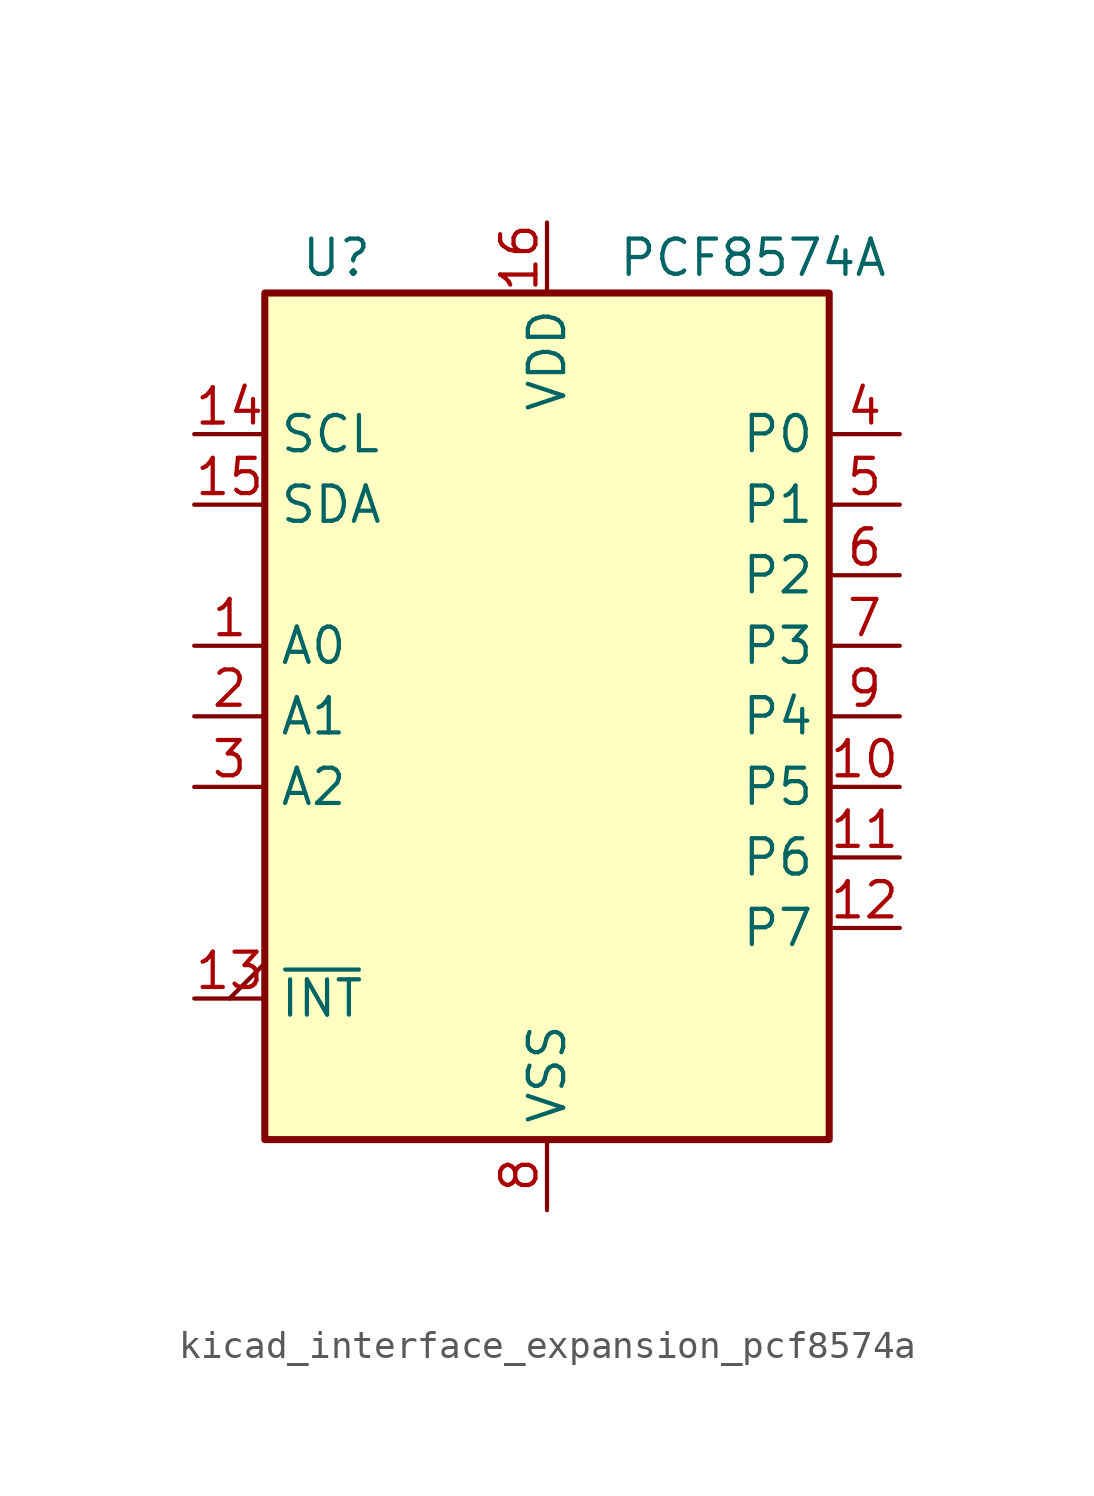
<source format=kicad_sym>
(kicad_symbol_lib
  (version 20220914)
  (generator kicad_symbol_editor)
  (symbol "kicad_interface_expansion_pcf8574a"
    (property "Reference" "U"
      (at -8.89 16.51 0)
      (effects (font (size 1.27 1.27)) (justify left)))
    (property "Value" "PCF8574A"
      (at 2.54 16.51 0)
      (effects (font (size 1.27 1.27)) (justify left)))
    (symbol "kicad_interface_expansion_pcf8574a_0_1"
      (rectangle (start -10.16 15.24) (end 10.16 -15.24) (stroke (width 0.254) (type default)) (fill (type background))))
    (symbol "kicad_interface_expansion_pcf8574a_1_1"
      (pin input line (at -12.7 2.54 0) (length 2.54) (name "A0" (effects (font (size 1.27 1.27)))) (number "1" (effects (font (size 1.27 1.27)))))
      (pin bidirectional line (at 12.7 -2.54 180) (length 2.54) (name "P5" (effects (font (size 1.27 1.27)))) (number "10" (effects (font (size 1.27 1.27)))))
      (pin bidirectional line (at 12.7 -5.08 180) (length 2.54) (name "P6" (effects (font (size 1.27 1.27)))) (number "11" (effects (font (size 1.27 1.27)))))
      (pin bidirectional line (at 12.7 -7.62 180) (length 2.54) (name "P7" (effects (font (size 1.27 1.27)))) (number "12" (effects (font (size 1.27 1.27)))))
      (pin open_collector output_low (at -12.7 -10.16 0) (length 2.54) (name "~{INT}" (effects (font (size 1.27 1.27)))) (number "13" (effects (font (size 1.27 1.27)))))
      (pin input line (at -12.7 10.16 0) (length 2.54) (name "SCL" (effects (font (size 1.27 1.27)))) (number "14" (effects (font (size 1.27 1.27)))))
      (pin bidirectional line (at -12.7 7.62 0) (length 2.54) (name "SDA" (effects (font (size 1.27 1.27)))) (number "15" (effects (font (size 1.27 1.27)))))
      (pin power_in line (at 0 17.78 270) (length 2.54) (name "VDD" (effects (font (size 1.27 1.27)))) (number "16" (effects (font (size 1.27 1.27)))))
      (pin input line (at -12.7 0 0) (length 2.54) (name "A1" (effects (font (size 1.27 1.27)))) (number "2" (effects (font (size 1.27 1.27)))))
      (pin input line (at -12.7 -2.54 0) (length 2.54) (name "A2" (effects (font (size 1.27 1.27)))) (number "3" (effects (font (size 1.27 1.27)))))
      (pin bidirectional line (at 12.7 10.16 180) (length 2.54) (name "P0" (effects (font (size 1.27 1.27)))) (number "4" (effects (font (size 1.27 1.27)))))
      (pin bidirectional line (at 12.7 7.62 180) (length 2.54) (name "P1" (effects (font (size 1.27 1.27)))) (number "5" (effects (font (size 1.27 1.27)))))
      (pin bidirectional line (at 12.7 5.08 180) (length 2.54) (name "P2" (effects (font (size 1.27 1.27)))) (number "6" (effects (font (size 1.27 1.27)))))
      (pin bidirectional line (at 12.7 2.54 180) (length 2.54) (name "P3" (effects (font (size 1.27 1.27)))) (number "7" (effects (font (size 1.27 1.27)))))
      (pin power_in line (at 0 -17.78 90) (length 2.54) (name "VSS" (effects (font (size 1.27 1.27)))) (number "8" (effects (font (size 1.27 1.27)))))
      (pin bidirectional line (at 12.7 0 180) (length 2.54) (name "P4" (effects (font (size 1.27 1.27)))) (number "9" (effects (font (size 1.27 1.27))))))))
</source>
